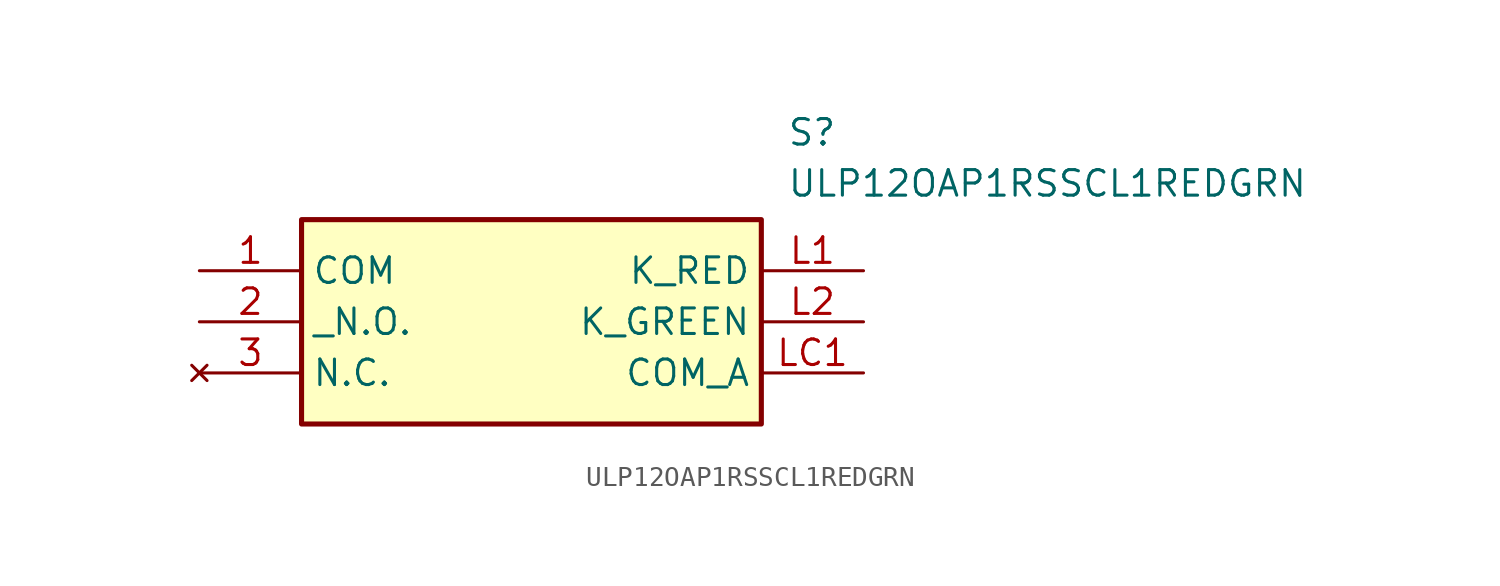
<source format=kicad_sym>
(kicad_symbol_lib
  (version 20211014)
  (generator SamacSys_ECAD_Model)
  (symbol "ULP12OAP1RSSCL1REDGRN"
    (property "Reference" "S"
      (at 29.21 7.62 0)
      (effects (font (size 1.27 1.27)) (justify left top)))
    (property "Value" "ULP12OAP1RSSCL1REDGRN"
      (at 29.21 5.08 0)
      (effects (font (size 1.27 1.27)) (justify left top)))
    (rectangle
      (start 5.08 2.54)
      (end 27.94 -7.62)
      (stroke (width 0.254) (type default))
      (fill (type background)))
    (pin passive line
      (at 0 0 0)
      (length 5.08)
      (name "COM" (effects (font (size 1.27 1.27))))
      (number "1" (effects (font (size 1.27 1.27)))))
    (pin passive line
      (at 0 -2.54 0)
      (length 5.08)
      (name "_N.O." (effects (font (size 1.27 1.27))))
      (number "2" (effects (font (size 1.27 1.27)))))
    (pin no_connect line
      (at 0 -5.08 0)
      (length 5.08)
      (name "N.C." (effects (font (size 1.27 1.27))))
      (number "3" (effects (font (size 1.27 1.27)))))
    (pin passive line
      (at 33.02 0 180)
      (length 5.08)
      (name "K_RED" (effects (font (size 1.27 1.27))))
      (number "L1" (effects (font (size 1.27 1.27)))))
    (pin passive line
      (at 33.02 -2.54 180)
      (length 5.08)
      (name "K_GREEN" (effects (font (size 1.27 1.27))))
      (number "L2" (effects (font (size 1.27 1.27)))))
    (pin passive line
      (at 33.02 -5.08 180)
      (length 5.08)
      (name "COM_A" (effects (font (size 1.27 1.27))))
      (number "LC1" (effects (font (size 1.27 1.27)))))))
</source>
